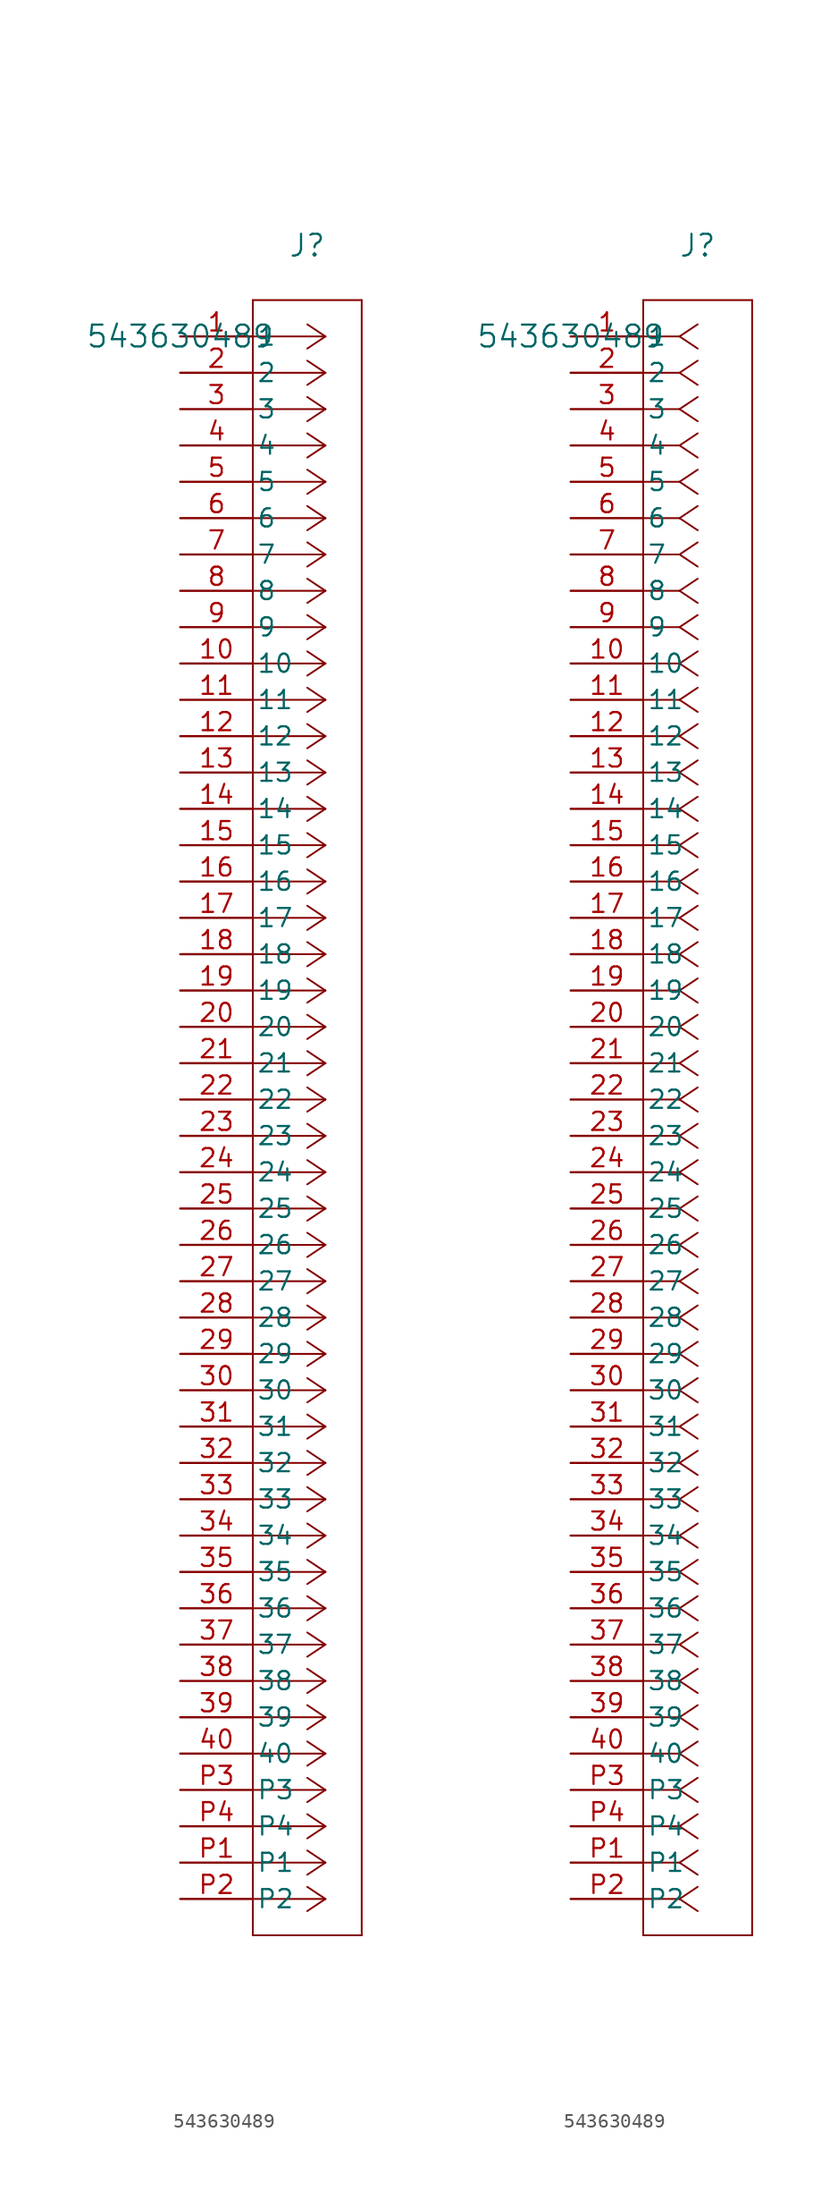
<source format=kicad_sym>
(kicad_symbol_lib
  (version 20231120)
  (generator "kicad_symbol_editor")
  (generator_version "8.0")
  (symbol "543630489"
    (pin_names
      (offset 0.254))
    (property "Reference" "J"
      (at 8.89 6.35 0)
      (effects (font (size 1.524 1.524))))
    (property "Value" "543630489"
      (at 0 0 0)
      (effects (font (size 1.524 1.524))))
    (property "ki_locked" ""
      (at 0 0 0)
      (effects (font (size 1.27 1.27))))
    (symbol "543630489_1_1"
      (polyline (pts (xy 5.08 -111.76) (xy 12.7 -111.76)) (stroke (width 0.127) (type default)) (fill (type none)))
      (polyline (pts (xy 5.08 2.54) (xy 5.08 -111.76)) (stroke (width 0.127) (type default)) (fill (type none)))
      (polyline (pts (xy 10.16 -109.22) (xy 5.08 -109.22)) (stroke (width 0.127) (type default)) (fill (type none)))
      (polyline (pts (xy 10.16 -109.22) (xy 8.89 -110.067)) (stroke (width 0.127) (type default)) (fill (type none)))
      (polyline (pts (xy 10.16 -109.22) (xy 8.89 -108.373)) (stroke (width 0.127) (type default)) (fill (type none)))
      (polyline (pts (xy 10.16 -106.68) (xy 5.08 -106.68)) (stroke (width 0.127) (type default)) (fill (type none)))
      (polyline (pts (xy 10.16 -106.68) (xy 8.89 -107.527)) (stroke (width 0.127) (type default)) (fill (type none)))
      (polyline (pts (xy 10.16 -106.68) (xy 8.89 -105.833)) (stroke (width 0.127) (type default)) (fill (type none)))
      (polyline (pts (xy 10.16 -104.14) (xy 5.08 -104.14)) (stroke (width 0.127) (type default)) (fill (type none)))
      (polyline (pts (xy 10.16 -104.14) (xy 8.89 -104.987)) (stroke (width 0.127) (type default)) (fill (type none)))
      (polyline (pts (xy 10.16 -104.14) (xy 8.89 -103.293)) (stroke (width 0.127) (type default)) (fill (type none)))
      (polyline (pts (xy 10.16 -101.6) (xy 5.08 -101.6)) (stroke (width 0.127) (type default)) (fill (type none)))
      (polyline (pts (xy 10.16 -101.6) (xy 8.89 -102.447)) (stroke (width 0.127) (type default)) (fill (type none)))
      (polyline (pts (xy 10.16 -101.6) (xy 8.89 -100.753)) (stroke (width 0.127) (type default)) (fill (type none)))
      (polyline (pts (xy 10.16 -99.06) (xy 5.08 -99.06)) (stroke (width 0.127) (type default)) (fill (type none)))
      (polyline (pts (xy 10.16 -99.06) (xy 8.89 -99.907)) (stroke (width 0.127) (type default)) (fill (type none)))
      (polyline (pts (xy 10.16 -99.06) (xy 8.89 -98.213)) (stroke (width 0.127) (type default)) (fill (type none)))
      (polyline (pts (xy 10.16 -96.52) (xy 5.08 -96.52)) (stroke (width 0.127) (type default)) (fill (type none)))
      (polyline (pts (xy 10.16 -96.52) (xy 8.89 -97.367)) (stroke (width 0.127) (type default)) (fill (type none)))
      (polyline (pts (xy 10.16 -96.52) (xy 8.89 -95.673)) (stroke (width 0.127) (type default)) (fill (type none)))
      (polyline (pts (xy 10.16 -93.98) (xy 5.08 -93.98)) (stroke (width 0.127) (type default)) (fill (type none)))
      (polyline (pts (xy 10.16 -93.98) (xy 8.89 -94.827)) (stroke (width 0.127) (type default)) (fill (type none)))
      (polyline (pts (xy 10.16 -93.98) (xy 8.89 -93.133)) (stroke (width 0.127) (type default)) (fill (type none)))
      (polyline (pts (xy 10.16 -91.44) (xy 5.08 -91.44)) (stroke (width 0.127) (type default)) (fill (type none)))
      (polyline (pts (xy 10.16 -91.44) (xy 8.89 -92.287)) (stroke (width 0.127) (type default)) (fill (type none)))
      (polyline (pts (xy 10.16 -91.44) (xy 8.89 -90.593)) (stroke (width 0.127) (type default)) (fill (type none)))
      (polyline (pts (xy 10.16 -88.9) (xy 5.08 -88.9)) (stroke (width 0.127) (type default)) (fill (type none)))
      (polyline (pts (xy 10.16 -88.9) (xy 8.89 -89.747)) (stroke (width 0.127) (type default)) (fill (type none)))
      (polyline (pts (xy 10.16 -88.9) (xy 8.89 -88.053)) (stroke (width 0.127) (type default)) (fill (type none)))
      (polyline (pts (xy 10.16 -86.36) (xy 5.08 -86.36)) (stroke (width 0.127) (type default)) (fill (type none)))
      (polyline (pts (xy 10.16 -86.36) (xy 8.89 -87.207)) (stroke (width 0.127) (type default)) (fill (type none)))
      (polyline (pts (xy 10.16 -86.36) (xy 8.89 -85.513)) (stroke (width 0.127) (type default)) (fill (type none)))
      (polyline (pts (xy 10.16 -83.82) (xy 5.08 -83.82)) (stroke (width 0.127) (type default)) (fill (type none)))
      (polyline (pts (xy 10.16 -83.82) (xy 8.89 -84.667)) (stroke (width 0.127) (type default)) (fill (type none)))
      (polyline (pts (xy 10.16 -83.82) (xy 8.89 -82.973)) (stroke (width 0.127) (type default)) (fill (type none)))
      (polyline (pts (xy 10.16 -81.28) (xy 5.08 -81.28)) (stroke (width 0.127) (type default)) (fill (type none)))
      (polyline (pts (xy 10.16 -81.28) (xy 8.89 -82.127)) (stroke (width 0.127) (type default)) (fill (type none)))
      (polyline (pts (xy 10.16 -81.28) (xy 8.89 -80.433)) (stroke (width 0.127) (type default)) (fill (type none)))
      (polyline (pts (xy 10.16 -78.74) (xy 5.08 -78.74)) (stroke (width 0.127) (type default)) (fill (type none)))
      (polyline (pts (xy 10.16 -78.74) (xy 8.89 -79.587)) (stroke (width 0.127) (type default)) (fill (type none)))
      (polyline (pts (xy 10.16 -78.74) (xy 8.89 -77.893)) (stroke (width 0.127) (type default)) (fill (type none)))
      (polyline (pts (xy 10.16 -76.2) (xy 5.08 -76.2)) (stroke (width 0.127) (type default)) (fill (type none)))
      (polyline (pts (xy 10.16 -76.2) (xy 8.89 -77.047)) (stroke (width 0.127) (type default)) (fill (type none)))
      (polyline (pts (xy 10.16 -76.2) (xy 8.89 -75.353)) (stroke (width 0.127) (type default)) (fill (type none)))
      (polyline (pts (xy 10.16 -73.66) (xy 5.08 -73.66)) (stroke (width 0.127) (type default)) (fill (type none)))
      (polyline (pts (xy 10.16 -73.66) (xy 8.89 -74.507)) (stroke (width 0.127) (type default)) (fill (type none)))
      (polyline (pts (xy 10.16 -73.66) (xy 8.89 -72.813)) (stroke (width 0.127) (type default)) (fill (type none)))
      (polyline (pts (xy 10.16 -71.12) (xy 5.08 -71.12)) (stroke (width 0.127) (type default)) (fill (type none)))
      (polyline (pts (xy 10.16 -71.12) (xy 8.89 -71.967)) (stroke (width 0.127) (type default)) (fill (type none)))
      (polyline (pts (xy 10.16 -71.12) (xy 8.89 -70.273)) (stroke (width 0.127) (type default)) (fill (type none)))
      (polyline (pts (xy 10.16 -68.58) (xy 5.08 -68.58)) (stroke (width 0.127) (type default)) (fill (type none)))
      (polyline (pts (xy 10.16 -68.58) (xy 8.89 -69.427)) (stroke (width 0.127) (type default)) (fill (type none)))
      (polyline (pts (xy 10.16 -68.58) (xy 8.89 -67.733)) (stroke (width 0.127) (type default)) (fill (type none)))
      (polyline (pts (xy 10.16 -66.04) (xy 5.08 -66.04)) (stroke (width 0.127) (type default)) (fill (type none)))
      (polyline (pts (xy 10.16 -66.04) (xy 8.89 -66.887)) (stroke (width 0.127) (type default)) (fill (type none)))
      (polyline (pts (xy 10.16 -66.04) (xy 8.89 -65.193)) (stroke (width 0.127) (type default)) (fill (type none)))
      (polyline (pts (xy 10.16 -63.5) (xy 5.08 -63.5)) (stroke (width 0.127) (type default)) (fill (type none)))
      (polyline (pts (xy 10.16 -63.5) (xy 8.89 -64.347)) (stroke (width 0.127) (type default)) (fill (type none)))
      (polyline (pts (xy 10.16 -63.5) (xy 8.89 -62.653)) (stroke (width 0.127) (type default)) (fill (type none)))
      (polyline (pts (xy 10.16 -60.96) (xy 5.08 -60.96)) (stroke (width 0.127) (type default)) (fill (type none)))
      (polyline (pts (xy 10.16 -60.96) (xy 8.89 -61.807)) (stroke (width 0.127) (type default)) (fill (type none)))
      (polyline (pts (xy 10.16 -60.96) (xy 8.89 -60.113)) (stroke (width 0.127) (type default)) (fill (type none)))
      (polyline (pts (xy 10.16 -58.42) (xy 5.08 -58.42)) (stroke (width 0.127) (type default)) (fill (type none)))
      (polyline (pts (xy 10.16 -58.42) (xy 8.89 -59.267)) (stroke (width 0.127) (type default)) (fill (type none)))
      (polyline (pts (xy 10.16 -58.42) (xy 8.89 -57.573)) (stroke (width 0.127) (type default)) (fill (type none)))
      (polyline (pts (xy 10.16 -55.88) (xy 5.08 -55.88)) (stroke (width 0.127) (type default)) (fill (type none)))
      (polyline (pts (xy 10.16 -55.88) (xy 8.89 -56.727)) (stroke (width 0.127) (type default)) (fill (type none)))
      (polyline (pts (xy 10.16 -55.88) (xy 8.89 -55.033)) (stroke (width 0.127) (type default)) (fill (type none)))
      (polyline (pts (xy 10.16 -53.34) (xy 5.08 -53.34)) (stroke (width 0.127) (type default)) (fill (type none)))
      (polyline (pts (xy 10.16 -53.34) (xy 8.89 -54.187)) (stroke (width 0.127) (type default)) (fill (type none)))
      (polyline (pts (xy 10.16 -53.34) (xy 8.89 -52.493)) (stroke (width 0.127) (type default)) (fill (type none)))
      (polyline (pts (xy 10.16 -50.8) (xy 5.08 -50.8)) (stroke (width 0.127) (type default)) (fill (type none)))
      (polyline (pts (xy 10.16 -50.8) (xy 8.89 -51.647)) (stroke (width 0.127) (type default)) (fill (type none)))
      (polyline (pts (xy 10.16 -50.8) (xy 8.89 -49.953)) (stroke (width 0.127) (type default)) (fill (type none)))
      (polyline (pts (xy 10.16 -48.26) (xy 5.08 -48.26)) (stroke (width 0.127) (type default)) (fill (type none)))
      (polyline (pts (xy 10.16 -48.26) (xy 8.89 -49.107)) (stroke (width 0.127) (type default)) (fill (type none)))
      (polyline (pts (xy 10.16 -48.26) (xy 8.89 -47.413)) (stroke (width 0.127) (type default)) (fill (type none)))
      (polyline (pts (xy 10.16 -45.72) (xy 5.08 -45.72)) (stroke (width 0.127) (type default)) (fill (type none)))
      (polyline (pts (xy 10.16 -45.72) (xy 8.89 -46.567)) (stroke (width 0.127) (type default)) (fill (type none)))
      (polyline (pts (xy 10.16 -45.72) (xy 8.89 -44.873)) (stroke (width 0.127) (type default)) (fill (type none)))
      (polyline (pts (xy 10.16 -43.18) (xy 5.08 -43.18)) (stroke (width 0.127) (type default)) (fill (type none)))
      (polyline (pts (xy 10.16 -43.18) (xy 8.89 -44.027)) (stroke (width 0.127) (type default)) (fill (type none)))
      (polyline (pts (xy 10.16 -43.18) (xy 8.89 -42.333)) (stroke (width 0.127) (type default)) (fill (type none)))
      (polyline (pts (xy 10.16 -40.64) (xy 5.08 -40.64)) (stroke (width 0.127) (type default)) (fill (type none)))
      (polyline (pts (xy 10.16 -40.64) (xy 8.89 -41.487)) (stroke (width 0.127) (type default)) (fill (type none)))
      (polyline (pts (xy 10.16 -40.64) (xy 8.89 -39.793)) (stroke (width 0.127) (type default)) (fill (type none)))
      (polyline (pts (xy 10.16 -38.1) (xy 5.08 -38.1)) (stroke (width 0.127) (type default)) (fill (type none)))
      (polyline (pts (xy 10.16 -38.1) (xy 8.89 -38.947)) (stroke (width 0.127) (type default)) (fill (type none)))
      (polyline (pts (xy 10.16 -38.1) (xy 8.89 -37.253)) (stroke (width 0.127) (type default)) (fill (type none)))
      (polyline (pts (xy 10.16 -35.56) (xy 5.08 -35.56)) (stroke (width 0.127) (type default)) (fill (type none)))
      (polyline (pts (xy 10.16 -35.56) (xy 8.89 -36.407)) (stroke (width 0.127) (type default)) (fill (type none)))
      (polyline (pts (xy 10.16 -35.56) (xy 8.89 -34.713)) (stroke (width 0.127) (type default)) (fill (type none)))
      (polyline (pts (xy 10.16 -33.02) (xy 5.08 -33.02)) (stroke (width 0.127) (type default)) (fill (type none)))
      (polyline (pts (xy 10.16 -33.02) (xy 8.89 -33.867)) (stroke (width 0.127) (type default)) (fill (type none)))
      (polyline (pts (xy 10.16 -33.02) (xy 8.89 -32.173)) (stroke (width 0.127) (type default)) (fill (type none)))
      (polyline (pts (xy 10.16 -30.48) (xy 5.08 -30.48)) (stroke (width 0.127) (type default)) (fill (type none)))
      (polyline (pts (xy 10.16 -30.48) (xy 8.89 -31.327)) (stroke (width 0.127) (type default)) (fill (type none)))
      (polyline (pts (xy 10.16 -30.48) (xy 8.89 -29.633)) (stroke (width 0.127) (type default)) (fill (type none)))
      (polyline (pts (xy 10.16 -27.94) (xy 5.08 -27.94)) (stroke (width 0.127) (type default)) (fill (type none)))
      (polyline (pts (xy 10.16 -27.94) (xy 8.89 -28.787)) (stroke (width 0.127) (type default)) (fill (type none)))
      (polyline (pts (xy 10.16 -27.94) (xy 8.89 -27.093)) (stroke (width 0.127) (type default)) (fill (type none)))
      (polyline (pts (xy 10.16 -25.4) (xy 5.08 -25.4)) (stroke (width 0.127) (type default)) (fill (type none)))
      (polyline (pts (xy 10.16 -25.4) (xy 8.89 -26.247)) (stroke (width 0.127) (type default)) (fill (type none)))
      (polyline (pts (xy 10.16 -25.4) (xy 8.89 -24.553)) (stroke (width 0.127) (type default)) (fill (type none)))
      (polyline (pts (xy 10.16 -22.86) (xy 5.08 -22.86)) (stroke (width 0.127) (type default)) (fill (type none)))
      (polyline (pts (xy 10.16 -22.86) (xy 8.89 -23.707)) (stroke (width 0.127) (type default)) (fill (type none)))
      (polyline (pts (xy 10.16 -22.86) (xy 8.89 -22.013)) (stroke (width 0.127) (type default)) (fill (type none)))
      (polyline (pts (xy 10.16 -20.32) (xy 5.08 -20.32)) (stroke (width 0.127) (type default)) (fill (type none)))
      (polyline (pts (xy 10.16 -20.32) (xy 8.89 -21.167)) (stroke (width 0.127) (type default)) (fill (type none)))
      (polyline (pts (xy 10.16 -20.32) (xy 8.89 -19.473)) (stroke (width 0.127) (type default)) (fill (type none)))
      (polyline (pts (xy 10.16 -17.78) (xy 5.08 -17.78)) (stroke (width 0.127) (type default)) (fill (type none)))
      (polyline (pts (xy 10.16 -17.78) (xy 8.89 -18.627)) (stroke (width 0.127) (type default)) (fill (type none)))
      (polyline (pts (xy 10.16 -17.78) (xy 8.89 -16.933)) (stroke (width 0.127) (type default)) (fill (type none)))
      (polyline (pts (xy 10.16 -15.24) (xy 5.08 -15.24)) (stroke (width 0.127) (type default)) (fill (type none)))
      (polyline (pts (xy 10.16 -15.24) (xy 8.89 -16.087)) (stroke (width 0.127) (type default)) (fill (type none)))
      (polyline (pts (xy 10.16 -15.24) (xy 8.89 -14.393)) (stroke (width 0.127) (type default)) (fill (type none)))
      (polyline (pts (xy 10.16 -12.7) (xy 5.08 -12.7)) (stroke (width 0.127) (type default)) (fill (type none)))
      (polyline (pts (xy 10.16 -12.7) (xy 8.89 -13.547)) (stroke (width 0.127) (type default)) (fill (type none)))
      (polyline (pts (xy 10.16 -12.7) (xy 8.89 -11.853)) (stroke (width 0.127) (type default)) (fill (type none)))
      (polyline (pts (xy 10.16 -10.16) (xy 5.08 -10.16)) (stroke (width 0.127) (type default)) (fill (type none)))
      (polyline (pts (xy 10.16 -10.16) (xy 8.89 -11.007)) (stroke (width 0.127) (type default)) (fill (type none)))
      (polyline (pts (xy 10.16 -10.16) (xy 8.89 -9.313)) (stroke (width 0.127) (type default)) (fill (type none)))
      (polyline (pts (xy 10.16 -7.62) (xy 5.08 -7.62)) (stroke (width 0.127) (type default)) (fill (type none)))
      (polyline (pts (xy 10.16 -7.62) (xy 8.89 -8.467)) (stroke (width 0.127) (type default)) (fill (type none)))
      (polyline (pts (xy 10.16 -7.62) (xy 8.89 -6.773)) (stroke (width 0.127) (type default)) (fill (type none)))
      (polyline (pts (xy 10.16 -5.08) (xy 5.08 -5.08)) (stroke (width 0.127) (type default)) (fill (type none)))
      (polyline (pts (xy 10.16 -5.08) (xy 8.89 -5.927)) (stroke (width 0.127) (type default)) (fill (type none)))
      (polyline (pts (xy 10.16 -5.08) (xy 8.89 -4.233)) (stroke (width 0.127) (type default)) (fill (type none)))
      (polyline (pts (xy 10.16 -2.54) (xy 5.08 -2.54)) (stroke (width 0.127) (type default)) (fill (type none)))
      (polyline (pts (xy 10.16 -2.54) (xy 8.89 -3.387)) (stroke (width 0.127) (type default)) (fill (type none)))
      (polyline (pts (xy 10.16 -2.54) (xy 8.89 -1.693)) (stroke (width 0.127) (type default)) (fill (type none)))
      (polyline (pts (xy 10.16 0) (xy 5.08 0)) (stroke (width 0.127) (type default)) (fill (type none)))
      (polyline (pts (xy 10.16 0) (xy 8.89 -0.847)) (stroke (width 0.127) (type default)) (fill (type none)))
      (polyline (pts (xy 10.16 0) (xy 8.89 0.847)) (stroke (width 0.127) (type default)) (fill (type none)))
      (polyline (pts (xy 12.7 -111.76) (xy 12.7 2.54)) (stroke (width 0.127) (type default)) (fill (type none)))
      (polyline (pts (xy 12.7 2.54) (xy 5.08 2.54)) (stroke (width 0.127) (type default)) (fill (type none)))
      (pin unspecified line (at 0 0 0) (length 5.08) (name "1" (effects (font (size 1.27 1.27)))) (number "1" (effects (font (size 1.27 1.27)))))
      (pin unspecified line (at 0 -22.86 0) (length 5.08) (name "10" (effects (font (size 1.27 1.27)))) (number "10" (effects (font (size 1.27 1.27)))))
      (pin unspecified line (at 0 -25.4 0) (length 5.08) (name "11" (effects (font (size 1.27 1.27)))) (number "11" (effects (font (size 1.27 1.27)))))
      (pin unspecified line (at 0 -27.94 0) (length 5.08) (name "12" (effects (font (size 1.27 1.27)))) (number "12" (effects (font (size 1.27 1.27)))))
      (pin unspecified line (at 0 -30.48 0) (length 5.08) (name "13" (effects (font (size 1.27 1.27)))) (number "13" (effects (font (size 1.27 1.27)))))
      (pin unspecified line (at 0 -33.02 0) (length 5.08) (name "14" (effects (font (size 1.27 1.27)))) (number "14" (effects (font (size 1.27 1.27)))))
      (pin unspecified line (at 0 -35.56 0) (length 5.08) (name "15" (effects (font (size 1.27 1.27)))) (number "15" (effects (font (size 1.27 1.27)))))
      (pin unspecified line (at 0 -38.1 0) (length 5.08) (name "16" (effects (font (size 1.27 1.27)))) (number "16" (effects (font (size 1.27 1.27)))))
      (pin unspecified line (at 0 -40.64 0) (length 5.08) (name "17" (effects (font (size 1.27 1.27)))) (number "17" (effects (font (size 1.27 1.27)))))
      (pin unspecified line (at 0 -43.18 0) (length 5.08) (name "18" (effects (font (size 1.27 1.27)))) (number "18" (effects (font (size 1.27 1.27)))))
      (pin unspecified line (at 0 -45.72 0) (length 5.08) (name "19" (effects (font (size 1.27 1.27)))) (number "19" (effects (font (size 1.27 1.27)))))
      (pin unspecified line (at 0 -2.54 0) (length 5.08) (name "2" (effects (font (size 1.27 1.27)))) (number "2" (effects (font (size 1.27 1.27)))))
      (pin unspecified line (at 0 -48.26 0) (length 5.08) (name "20" (effects (font (size 1.27 1.27)))) (number "20" (effects (font (size 1.27 1.27)))))
      (pin unspecified line (at 0 -50.8 0) (length 5.08) (name "21" (effects (font (size 1.27 1.27)))) (number "21" (effects (font (size 1.27 1.27)))))
      (pin unspecified line (at 0 -53.34 0) (length 5.08) (name "22" (effects (font (size 1.27 1.27)))) (number "22" (effects (font (size 1.27 1.27)))))
      (pin unspecified line (at 0 -55.88 0) (length 5.08) (name "23" (effects (font (size 1.27 1.27)))) (number "23" (effects (font (size 1.27 1.27)))))
      (pin unspecified line (at 0 -58.42 0) (length 5.08) (name "24" (effects (font (size 1.27 1.27)))) (number "24" (effects (font (size 1.27 1.27)))))
      (pin unspecified line (at 0 -60.96 0) (length 5.08) (name "25" (effects (font (size 1.27 1.27)))) (number "25" (effects (font (size 1.27 1.27)))))
      (pin unspecified line (at 0 -63.5 0) (length 5.08) (name "26" (effects (font (size 1.27 1.27)))) (number "26" (effects (font (size 1.27 1.27)))))
      (pin unspecified line (at 0 -66.04 0) (length 5.08) (name "27" (effects (font (size 1.27 1.27)))) (number "27" (effects (font (size 1.27 1.27)))))
      (pin unspecified line (at 0 -68.58 0) (length 5.08) (name "28" (effects (font (size 1.27 1.27)))) (number "28" (effects (font (size 1.27 1.27)))))
      (pin unspecified line (at 0 -71.12 0) (length 5.08) (name "29" (effects (font (size 1.27 1.27)))) (number "29" (effects (font (size 1.27 1.27)))))
      (pin unspecified line (at 0 -5.08 0) (length 5.08) (name "3" (effects (font (size 1.27 1.27)))) (number "3" (effects (font (size 1.27 1.27)))))
      (pin unspecified line (at 0 -73.66 0) (length 5.08) (name "30" (effects (font (size 1.27 1.27)))) (number "30" (effects (font (size 1.27 1.27)))))
      (pin unspecified line (at 0 -76.2 0) (length 5.08) (name "31" (effects (font (size 1.27 1.27)))) (number "31" (effects (font (size 1.27 1.27)))))
      (pin unspecified line (at 0 -78.74 0) (length 5.08) (name "32" (effects (font (size 1.27 1.27)))) (number "32" (effects (font (size 1.27 1.27)))))
      (pin unspecified line (at 0 -81.28 0) (length 5.08) (name "33" (effects (font (size 1.27 1.27)))) (number "33" (effects (font (size 1.27 1.27)))))
      (pin unspecified line (at 0 -83.82 0) (length 5.08) (name "34" (effects (font (size 1.27 1.27)))) (number "34" (effects (font (size 1.27 1.27)))))
      (pin unspecified line (at 0 -86.36 0) (length 5.08) (name "35" (effects (font (size 1.27 1.27)))) (number "35" (effects (font (size 1.27 1.27)))))
      (pin unspecified line (at 0 -88.9 0) (length 5.08) (name "36" (effects (font (size 1.27 1.27)))) (number "36" (effects (font (size 1.27 1.27)))))
      (pin unspecified line (at 0 -91.44 0) (length 5.08) (name "37" (effects (font (size 1.27 1.27)))) (number "37" (effects (font (size 1.27 1.27)))))
      (pin unspecified line (at 0 -93.98 0) (length 5.08) (name "38" (effects (font (size 1.27 1.27)))) (number "38" (effects (font (size 1.27 1.27)))))
      (pin unspecified line (at 0 -96.52 0) (length 5.08) (name "39" (effects (font (size 1.27 1.27)))) (number "39" (effects (font (size 1.27 1.27)))))
      (pin unspecified line (at 0 -7.62 0) (length 5.08) (name "4" (effects (font (size 1.27 1.27)))) (number "4" (effects (font (size 1.27 1.27)))))
      (pin unspecified line (at 0 -99.06 0) (length 5.08) (name "40" (effects (font (size 1.27 1.27)))) (number "40" (effects (font (size 1.27 1.27)))))
      (pin unspecified line (at 0 -10.16 0) (length 5.08) (name "5" (effects (font (size 1.27 1.27)))) (number "5" (effects (font (size 1.27 1.27)))))
      (pin unspecified line (at 0 -12.7 0) (length 5.08) (name "6" (effects (font (size 1.27 1.27)))) (number "6" (effects (font (size 1.27 1.27)))))
      (pin unspecified line (at 0 -15.24 0) (length 5.08) (name "7" (effects (font (size 1.27 1.27)))) (number "7" (effects (font (size 1.27 1.27)))))
      (pin unspecified line (at 0 -17.78 0) (length 5.08) (name "8" (effects (font (size 1.27 1.27)))) (number "8" (effects (font (size 1.27 1.27)))))
      (pin unspecified line (at 0 -20.32 0) (length 5.08) (name "9" (effects (font (size 1.27 1.27)))) (number "9" (effects (font (size 1.27 1.27)))))
      (pin unspecified line (at 0 -106.68 0) (length 5.08) (name "P1" (effects (font (size 1.27 1.27)))) (number "P1" (effects (font (size 1.27 1.27)))))
      (pin unspecified line (at 0 -109.22 0) (length 5.08) (name "P2" (effects (font (size 1.27 1.27)))) (number "P2" (effects (font (size 1.27 1.27)))))
      (pin unspecified line (at 0 -101.6 0) (length 5.08) (name "P3" (effects (font (size 1.27 1.27)))) (number "P3" (effects (font (size 1.27 1.27)))))
      (pin unspecified line (at 0 -104.14 0) (length 5.08) (name "P4" (effects (font (size 1.27 1.27)))) (number "P4" (effects (font (size 1.27 1.27))))))
    (symbol "543630489_1_2"
      (polyline (pts (xy 5.08 -111.76) (xy 12.7 -111.76)) (stroke (width 0.127) (type default)) (fill (type none)))
      (polyline (pts (xy 5.08 2.54) (xy 5.08 -111.76)) (stroke (width 0.127) (type default)) (fill (type none)))
      (polyline (pts (xy 7.62 -109.22) (xy 5.08 -109.22)) (stroke (width 0.127) (type default)) (fill (type none)))
      (polyline (pts (xy 7.62 -109.22) (xy 8.89 -110.067)) (stroke (width 0.127) (type default)) (fill (type none)))
      (polyline (pts (xy 7.62 -109.22) (xy 8.89 -108.373)) (stroke (width 0.127) (type default)) (fill (type none)))
      (polyline (pts (xy 7.62 -106.68) (xy 5.08 -106.68)) (stroke (width 0.127) (type default)) (fill (type none)))
      (polyline (pts (xy 7.62 -106.68) (xy 8.89 -107.527)) (stroke (width 0.127) (type default)) (fill (type none)))
      (polyline (pts (xy 7.62 -106.68) (xy 8.89 -105.833)) (stroke (width 0.127) (type default)) (fill (type none)))
      (polyline (pts (xy 7.62 -104.14) (xy 5.08 -104.14)) (stroke (width 0.127) (type default)) (fill (type none)))
      (polyline (pts (xy 7.62 -104.14) (xy 8.89 -104.987)) (stroke (width 0.127) (type default)) (fill (type none)))
      (polyline (pts (xy 7.62 -104.14) (xy 8.89 -103.293)) (stroke (width 0.127) (type default)) (fill (type none)))
      (polyline (pts (xy 7.62 -101.6) (xy 5.08 -101.6)) (stroke (width 0.127) (type default)) (fill (type none)))
      (polyline (pts (xy 7.62 -101.6) (xy 8.89 -102.447)) (stroke (width 0.127) (type default)) (fill (type none)))
      (polyline (pts (xy 7.62 -101.6) (xy 8.89 -100.753)) (stroke (width 0.127) (type default)) (fill (type none)))
      (polyline (pts (xy 7.62 -99.06) (xy 5.08 -99.06)) (stroke (width 0.127) (type default)) (fill (type none)))
      (polyline (pts (xy 7.62 -99.06) (xy 8.89 -99.907)) (stroke (width 0.127) (type default)) (fill (type none)))
      (polyline (pts (xy 7.62 -99.06) (xy 8.89 -98.213)) (stroke (width 0.127) (type default)) (fill (type none)))
      (polyline (pts (xy 7.62 -96.52) (xy 5.08 -96.52)) (stroke (width 0.127) (type default)) (fill (type none)))
      (polyline (pts (xy 7.62 -96.52) (xy 8.89 -97.367)) (stroke (width 0.127) (type default)) (fill (type none)))
      (polyline (pts (xy 7.62 -96.52) (xy 8.89 -95.673)) (stroke (width 0.127) (type default)) (fill (type none)))
      (polyline (pts (xy 7.62 -93.98) (xy 5.08 -93.98)) (stroke (width 0.127) (type default)) (fill (type none)))
      (polyline (pts (xy 7.62 -93.98) (xy 8.89 -94.827)) (stroke (width 0.127) (type default)) (fill (type none)))
      (polyline (pts (xy 7.62 -93.98) (xy 8.89 -93.133)) (stroke (width 0.127) (type default)) (fill (type none)))
      (polyline (pts (xy 7.62 -91.44) (xy 5.08 -91.44)) (stroke (width 0.127) (type default)) (fill (type none)))
      (polyline (pts (xy 7.62 -91.44) (xy 8.89 -92.287)) (stroke (width 0.127) (type default)) (fill (type none)))
      (polyline (pts (xy 7.62 -91.44) (xy 8.89 -90.593)) (stroke (width 0.127) (type default)) (fill (type none)))
      (polyline (pts (xy 7.62 -88.9) (xy 5.08 -88.9)) (stroke (width 0.127) (type default)) (fill (type none)))
      (polyline (pts (xy 7.62 -88.9) (xy 8.89 -89.747)) (stroke (width 0.127) (type default)) (fill (type none)))
      (polyline (pts (xy 7.62 -88.9) (xy 8.89 -88.053)) (stroke (width 0.127) (type default)) (fill (type none)))
      (polyline (pts (xy 7.62 -86.36) (xy 5.08 -86.36)) (stroke (width 0.127) (type default)) (fill (type none)))
      (polyline (pts (xy 7.62 -86.36) (xy 8.89 -87.207)) (stroke (width 0.127) (type default)) (fill (type none)))
      (polyline (pts (xy 7.62 -86.36) (xy 8.89 -85.513)) (stroke (width 0.127) (type default)) (fill (type none)))
      (polyline (pts (xy 7.62 -83.82) (xy 5.08 -83.82)) (stroke (width 0.127) (type default)) (fill (type none)))
      (polyline (pts (xy 7.62 -83.82) (xy 8.89 -84.667)) (stroke (width 0.127) (type default)) (fill (type none)))
      (polyline (pts (xy 7.62 -83.82) (xy 8.89 -82.973)) (stroke (width 0.127) (type default)) (fill (type none)))
      (polyline (pts (xy 7.62 -81.28) (xy 5.08 -81.28)) (stroke (width 0.127) (type default)) (fill (type none)))
      (polyline (pts (xy 7.62 -81.28) (xy 8.89 -82.127)) (stroke (width 0.127) (type default)) (fill (type none)))
      (polyline (pts (xy 7.62 -81.28) (xy 8.89 -80.433)) (stroke (width 0.127) (type default)) (fill (type none)))
      (polyline (pts (xy 7.62 -78.74) (xy 5.08 -78.74)) (stroke (width 0.127) (type default)) (fill (type none)))
      (polyline (pts (xy 7.62 -78.74) (xy 8.89 -79.587)) (stroke (width 0.127) (type default)) (fill (type none)))
      (polyline (pts (xy 7.62 -78.74) (xy 8.89 -77.893)) (stroke (width 0.127) (type default)) (fill (type none)))
      (polyline (pts (xy 7.62 -76.2) (xy 5.08 -76.2)) (stroke (width 0.127) (type default)) (fill (type none)))
      (polyline (pts (xy 7.62 -76.2) (xy 8.89 -77.047)) (stroke (width 0.127) (type default)) (fill (type none)))
      (polyline (pts (xy 7.62 -76.2) (xy 8.89 -75.353)) (stroke (width 0.127) (type default)) (fill (type none)))
      (polyline (pts (xy 7.62 -73.66) (xy 5.08 -73.66)) (stroke (width 0.127) (type default)) (fill (type none)))
      (polyline (pts (xy 7.62 -73.66) (xy 8.89 -74.507)) (stroke (width 0.127) (type default)) (fill (type none)))
      (polyline (pts (xy 7.62 -73.66) (xy 8.89 -72.813)) (stroke (width 0.127) (type default)) (fill (type none)))
      (polyline (pts (xy 7.62 -71.12) (xy 5.08 -71.12)) (stroke (width 0.127) (type default)) (fill (type none)))
      (polyline (pts (xy 7.62 -71.12) (xy 8.89 -71.967)) (stroke (width 0.127) (type default)) (fill (type none)))
      (polyline (pts (xy 7.62 -71.12) (xy 8.89 -70.273)) (stroke (width 0.127) (type default)) (fill (type none)))
      (polyline (pts (xy 7.62 -68.58) (xy 5.08 -68.58)) (stroke (width 0.127) (type default)) (fill (type none)))
      (polyline (pts (xy 7.62 -68.58) (xy 8.89 -69.427)) (stroke (width 0.127) (type default)) (fill (type none)))
      (polyline (pts (xy 7.62 -68.58) (xy 8.89 -67.733)) (stroke (width 0.127) (type default)) (fill (type none)))
      (polyline (pts (xy 7.62 -66.04) (xy 5.08 -66.04)) (stroke (width 0.127) (type default)) (fill (type none)))
      (polyline (pts (xy 7.62 -66.04) (xy 8.89 -66.887)) (stroke (width 0.127) (type default)) (fill (type none)))
      (polyline (pts (xy 7.62 -66.04) (xy 8.89 -65.193)) (stroke (width 0.127) (type default)) (fill (type none)))
      (polyline (pts (xy 7.62 -63.5) (xy 5.08 -63.5)) (stroke (width 0.127) (type default)) (fill (type none)))
      (polyline (pts (xy 7.62 -63.5) (xy 8.89 -64.347)) (stroke (width 0.127) (type default)) (fill (type none)))
      (polyline (pts (xy 7.62 -63.5) (xy 8.89 -62.653)) (stroke (width 0.127) (type default)) (fill (type none)))
      (polyline (pts (xy 7.62 -60.96) (xy 5.08 -60.96)) (stroke (width 0.127) (type default)) (fill (type none)))
      (polyline (pts (xy 7.62 -60.96) (xy 8.89 -61.807)) (stroke (width 0.127) (type default)) (fill (type none)))
      (polyline (pts (xy 7.62 -60.96) (xy 8.89 -60.113)) (stroke (width 0.127) (type default)) (fill (type none)))
      (polyline (pts (xy 7.62 -58.42) (xy 5.08 -58.42)) (stroke (width 0.127) (type default)) (fill (type none)))
      (polyline (pts (xy 7.62 -58.42) (xy 8.89 -59.267)) (stroke (width 0.127) (type default)) (fill (type none)))
      (polyline (pts (xy 7.62 -58.42) (xy 8.89 -57.573)) (stroke (width 0.127) (type default)) (fill (type none)))
      (polyline (pts (xy 7.62 -55.88) (xy 5.08 -55.88)) (stroke (width 0.127) (type default)) (fill (type none)))
      (polyline (pts (xy 7.62 -55.88) (xy 8.89 -56.727)) (stroke (width 0.127) (type default)) (fill (type none)))
      (polyline (pts (xy 7.62 -55.88) (xy 8.89 -55.033)) (stroke (width 0.127) (type default)) (fill (type none)))
      (polyline (pts (xy 7.62 -53.34) (xy 5.08 -53.34)) (stroke (width 0.127) (type default)) (fill (type none)))
      (polyline (pts (xy 7.62 -53.34) (xy 8.89 -54.187)) (stroke (width 0.127) (type default)) (fill (type none)))
      (polyline (pts (xy 7.62 -53.34) (xy 8.89 -52.493)) (stroke (width 0.127) (type default)) (fill (type none)))
      (polyline (pts (xy 7.62 -50.8) (xy 5.08 -50.8)) (stroke (width 0.127) (type default)) (fill (type none)))
      (polyline (pts (xy 7.62 -50.8) (xy 8.89 -51.647)) (stroke (width 0.127) (type default)) (fill (type none)))
      (polyline (pts (xy 7.62 -50.8) (xy 8.89 -49.953)) (stroke (width 0.127) (type default)) (fill (type none)))
      (polyline (pts (xy 7.62 -48.26) (xy 5.08 -48.26)) (stroke (width 0.127) (type default)) (fill (type none)))
      (polyline (pts (xy 7.62 -48.26) (xy 8.89 -49.107)) (stroke (width 0.127) (type default)) (fill (type none)))
      (polyline (pts (xy 7.62 -48.26) (xy 8.89 -47.413)) (stroke (width 0.127) (type default)) (fill (type none)))
      (polyline (pts (xy 7.62 -45.72) (xy 5.08 -45.72)) (stroke (width 0.127) (type default)) (fill (type none)))
      (polyline (pts (xy 7.62 -45.72) (xy 8.89 -46.567)) (stroke (width 0.127) (type default)) (fill (type none)))
      (polyline (pts (xy 7.62 -45.72) (xy 8.89 -44.873)) (stroke (width 0.127) (type default)) (fill (type none)))
      (polyline (pts (xy 7.62 -43.18) (xy 5.08 -43.18)) (stroke (width 0.127) (type default)) (fill (type none)))
      (polyline (pts (xy 7.62 -43.18) (xy 8.89 -44.027)) (stroke (width 0.127) (type default)) (fill (type none)))
      (polyline (pts (xy 7.62 -43.18) (xy 8.89 -42.333)) (stroke (width 0.127) (type default)) (fill (type none)))
      (polyline (pts (xy 7.62 -40.64) (xy 5.08 -40.64)) (stroke (width 0.127) (type default)) (fill (type none)))
      (polyline (pts (xy 7.62 -40.64) (xy 8.89 -41.487)) (stroke (width 0.127) (type default)) (fill (type none)))
      (polyline (pts (xy 7.62 -40.64) (xy 8.89 -39.793)) (stroke (width 0.127) (type default)) (fill (type none)))
      (polyline (pts (xy 7.62 -38.1) (xy 5.08 -38.1)) (stroke (width 0.127) (type default)) (fill (type none)))
      (polyline (pts (xy 7.62 -38.1) (xy 8.89 -38.947)) (stroke (width 0.127) (type default)) (fill (type none)))
      (polyline (pts (xy 7.62 -38.1) (xy 8.89 -37.253)) (stroke (width 0.127) (type default)) (fill (type none)))
      (polyline (pts (xy 7.62 -35.56) (xy 5.08 -35.56)) (stroke (width 0.127) (type default)) (fill (type none)))
      (polyline (pts (xy 7.62 -35.56) (xy 8.89 -36.407)) (stroke (width 0.127) (type default)) (fill (type none)))
      (polyline (pts (xy 7.62 -35.56) (xy 8.89 -34.713)) (stroke (width 0.127) (type default)) (fill (type none)))
      (polyline (pts (xy 7.62 -33.02) (xy 5.08 -33.02)) (stroke (width 0.127) (type default)) (fill (type none)))
      (polyline (pts (xy 7.62 -33.02) (xy 8.89 -33.867)) (stroke (width 0.127) (type default)) (fill (type none)))
      (polyline (pts (xy 7.62 -33.02) (xy 8.89 -32.173)) (stroke (width 0.127) (type default)) (fill (type none)))
      (polyline (pts (xy 7.62 -30.48) (xy 5.08 -30.48)) (stroke (width 0.127) (type default)) (fill (type none)))
      (polyline (pts (xy 7.62 -30.48) (xy 8.89 -31.327)) (stroke (width 0.127) (type default)) (fill (type none)))
      (polyline (pts (xy 7.62 -30.48) (xy 8.89 -29.633)) (stroke (width 0.127) (type default)) (fill (type none)))
      (polyline (pts (xy 7.62 -27.94) (xy 5.08 -27.94)) (stroke (width 0.127) (type default)) (fill (type none)))
      (polyline (pts (xy 7.62 -27.94) (xy 8.89 -28.787)) (stroke (width 0.127) (type default)) (fill (type none)))
      (polyline (pts (xy 7.62 -27.94) (xy 8.89 -27.093)) (stroke (width 0.127) (type default)) (fill (type none)))
      (polyline (pts (xy 7.62 -25.4) (xy 5.08 -25.4)) (stroke (width 0.127) (type default)) (fill (type none)))
      (polyline (pts (xy 7.62 -25.4) (xy 8.89 -26.247)) (stroke (width 0.127) (type default)) (fill (type none)))
      (polyline (pts (xy 7.62 -25.4) (xy 8.89 -24.553)) (stroke (width 0.127) (type default)) (fill (type none)))
      (polyline (pts (xy 7.62 -22.86) (xy 5.08 -22.86)) (stroke (width 0.127) (type default)) (fill (type none)))
      (polyline (pts (xy 7.62 -22.86) (xy 8.89 -23.707)) (stroke (width 0.127) (type default)) (fill (type none)))
      (polyline (pts (xy 7.62 -22.86) (xy 8.89 -22.013)) (stroke (width 0.127) (type default)) (fill (type none)))
      (polyline (pts (xy 7.62 -20.32) (xy 5.08 -20.32)) (stroke (width 0.127) (type default)) (fill (type none)))
      (polyline (pts (xy 7.62 -20.32) (xy 8.89 -21.167)) (stroke (width 0.127) (type default)) (fill (type none)))
      (polyline (pts (xy 7.62 -20.32) (xy 8.89 -19.473)) (stroke (width 0.127) (type default)) (fill (type none)))
      (polyline (pts (xy 7.62 -17.78) (xy 5.08 -17.78)) (stroke (width 0.127) (type default)) (fill (type none)))
      (polyline (pts (xy 7.62 -17.78) (xy 8.89 -18.627)) (stroke (width 0.127) (type default)) (fill (type none)))
      (polyline (pts (xy 7.62 -17.78) (xy 8.89 -16.933)) (stroke (width 0.127) (type default)) (fill (type none)))
      (polyline (pts (xy 7.62 -15.24) (xy 5.08 -15.24)) (stroke (width 0.127) (type default)) (fill (type none)))
      (polyline (pts (xy 7.62 -15.24) (xy 8.89 -16.087)) (stroke (width 0.127) (type default)) (fill (type none)))
      (polyline (pts (xy 7.62 -15.24) (xy 8.89 -14.393)) (stroke (width 0.127) (type default)) (fill (type none)))
      (polyline (pts (xy 7.62 -12.7) (xy 5.08 -12.7)) (stroke (width 0.127) (type default)) (fill (type none)))
      (polyline (pts (xy 7.62 -12.7) (xy 8.89 -13.547)) (stroke (width 0.127) (type default)) (fill (type none)))
      (polyline (pts (xy 7.62 -12.7) (xy 8.89 -11.853)) (stroke (width 0.127) (type default)) (fill (type none)))
      (polyline (pts (xy 7.62 -10.16) (xy 5.08 -10.16)) (stroke (width 0.127) (type default)) (fill (type none)))
      (polyline (pts (xy 7.62 -10.16) (xy 8.89 -11.007)) (stroke (width 0.127) (type default)) (fill (type none)))
      (polyline (pts (xy 7.62 -10.16) (xy 8.89 -9.313)) (stroke (width 0.127) (type default)) (fill (type none)))
      (polyline (pts (xy 7.62 -7.62) (xy 5.08 -7.62)) (stroke (width 0.127) (type default)) (fill (type none)))
      (polyline (pts (xy 7.62 -7.62) (xy 8.89 -8.467)) (stroke (width 0.127) (type default)) (fill (type none)))
      (polyline (pts (xy 7.62 -7.62) (xy 8.89 -6.773)) (stroke (width 0.127) (type default)) (fill (type none)))
      (polyline (pts (xy 7.62 -5.08) (xy 5.08 -5.08)) (stroke (width 0.127) (type default)) (fill (type none)))
      (polyline (pts (xy 7.62 -5.08) (xy 8.89 -5.927)) (stroke (width 0.127) (type default)) (fill (type none)))
      (polyline (pts (xy 7.62 -5.08) (xy 8.89 -4.233)) (stroke (width 0.127) (type default)) (fill (type none)))
      (polyline (pts (xy 7.62 -2.54) (xy 5.08 -2.54)) (stroke (width 0.127) (type default)) (fill (type none)))
      (polyline (pts (xy 7.62 -2.54) (xy 8.89 -3.387)) (stroke (width 0.127) (type default)) (fill (type none)))
      (polyline (pts (xy 7.62 -2.54) (xy 8.89 -1.693)) (stroke (width 0.127) (type default)) (fill (type none)))
      (polyline (pts (xy 7.62 0) (xy 5.08 0)) (stroke (width 0.127) (type default)) (fill (type none)))
      (polyline (pts (xy 7.62 0) (xy 8.89 -0.847)) (stroke (width 0.127) (type default)) (fill (type none)))
      (polyline (pts (xy 7.62 0) (xy 8.89 0.847)) (stroke (width 0.127) (type default)) (fill (type none)))
      (polyline (pts (xy 12.7 -111.76) (xy 12.7 2.54)) (stroke (width 0.127) (type default)) (fill (type none)))
      (polyline (pts (xy 12.7 2.54) (xy 5.08 2.54)) (stroke (width 0.127) (type default)) (fill (type none)))
      (pin unspecified line (at 0 0 0) (length 5.08) (name "1" (effects (font (size 1.27 1.27)))) (number "1" (effects (font (size 1.27 1.27)))))
      (pin unspecified line (at 0 -22.86 0) (length 5.08) (name "10" (effects (font (size 1.27 1.27)))) (number "10" (effects (font (size 1.27 1.27)))))
      (pin unspecified line (at 0 -25.4 0) (length 5.08) (name "11" (effects (font (size 1.27 1.27)))) (number "11" (effects (font (size 1.27 1.27)))))
      (pin unspecified line (at 0 -27.94 0) (length 5.08) (name "12" (effects (font (size 1.27 1.27)))) (number "12" (effects (font (size 1.27 1.27)))))
      (pin unspecified line (at 0 -30.48 0) (length 5.08) (name "13" (effects (font (size 1.27 1.27)))) (number "13" (effects (font (size 1.27 1.27)))))
      (pin unspecified line (at 0 -33.02 0) (length 5.08) (name "14" (effects (font (size 1.27 1.27)))) (number "14" (effects (font (size 1.27 1.27)))))
      (pin unspecified line (at 0 -35.56 0) (length 5.08) (name "15" (effects (font (size 1.27 1.27)))) (number "15" (effects (font (size 1.27 1.27)))))
      (pin unspecified line (at 0 -38.1 0) (length 5.08) (name "16" (effects (font (size 1.27 1.27)))) (number "16" (effects (font (size 1.27 1.27)))))
      (pin unspecified line (at 0 -40.64 0) (length 5.08) (name "17" (effects (font (size 1.27 1.27)))) (number "17" (effects (font (size 1.27 1.27)))))
      (pin unspecified line (at 0 -43.18 0) (length 5.08) (name "18" (effects (font (size 1.27 1.27)))) (number "18" (effects (font (size 1.27 1.27)))))
      (pin unspecified line (at 0 -45.72 0) (length 5.08) (name "19" (effects (font (size 1.27 1.27)))) (number "19" (effects (font (size 1.27 1.27)))))
      (pin unspecified line (at 0 -2.54 0) (length 5.08) (name "2" (effects (font (size 1.27 1.27)))) (number "2" (effects (font (size 1.27 1.27)))))
      (pin unspecified line (at 0 -48.26 0) (length 5.08) (name "20" (effects (font (size 1.27 1.27)))) (number "20" (effects (font (size 1.27 1.27)))))
      (pin unspecified line (at 0 -50.8 0) (length 5.08) (name "21" (effects (font (size 1.27 1.27)))) (number "21" (effects (font (size 1.27 1.27)))))
      (pin unspecified line (at 0 -53.34 0) (length 5.08) (name "22" (effects (font (size 1.27 1.27)))) (number "22" (effects (font (size 1.27 1.27)))))
      (pin unspecified line (at 0 -55.88 0) (length 5.08) (name "23" (effects (font (size 1.27 1.27)))) (number "23" (effects (font (size 1.27 1.27)))))
      (pin unspecified line (at 0 -58.42 0) (length 5.08) (name "24" (effects (font (size 1.27 1.27)))) (number "24" (effects (font (size 1.27 1.27)))))
      (pin unspecified line (at 0 -60.96 0) (length 5.08) (name "25" (effects (font (size 1.27 1.27)))) (number "25" (effects (font (size 1.27 1.27)))))
      (pin unspecified line (at 0 -63.5 0) (length 5.08) (name "26" (effects (font (size 1.27 1.27)))) (number "26" (effects (font (size 1.27 1.27)))))
      (pin unspecified line (at 0 -66.04 0) (length 5.08) (name "27" (effects (font (size 1.27 1.27)))) (number "27" (effects (font (size 1.27 1.27)))))
      (pin unspecified line (at 0 -68.58 0) (length 5.08) (name "28" (effects (font (size 1.27 1.27)))) (number "28" (effects (font (size 1.27 1.27)))))
      (pin unspecified line (at 0 -71.12 0) (length 5.08) (name "29" (effects (font (size 1.27 1.27)))) (number "29" (effects (font (size 1.27 1.27)))))
      (pin unspecified line (at 0 -5.08 0) (length 5.08) (name "3" (effects (font (size 1.27 1.27)))) (number "3" (effects (font (size 1.27 1.27)))))
      (pin unspecified line (at 0 -73.66 0) (length 5.08) (name "30" (effects (font (size 1.27 1.27)))) (number "30" (effects (font (size 1.27 1.27)))))
      (pin unspecified line (at 0 -76.2 0) (length 5.08) (name "31" (effects (font (size 1.27 1.27)))) (number "31" (effects (font (size 1.27 1.27)))))
      (pin unspecified line (at 0 -78.74 0) (length 5.08) (name "32" (effects (font (size 1.27 1.27)))) (number "32" (effects (font (size 1.27 1.27)))))
      (pin unspecified line (at 0 -81.28 0) (length 5.08) (name "33" (effects (font (size 1.27 1.27)))) (number "33" (effects (font (size 1.27 1.27)))))
      (pin unspecified line (at 0 -83.82 0) (length 5.08) (name "34" (effects (font (size 1.27 1.27)))) (number "34" (effects (font (size 1.27 1.27)))))
      (pin unspecified line (at 0 -86.36 0) (length 5.08) (name "35" (effects (font (size 1.27 1.27)))) (number "35" (effects (font (size 1.27 1.27)))))
      (pin unspecified line (at 0 -88.9 0) (length 5.08) (name "36" (effects (font (size 1.27 1.27)))) (number "36" (effects (font (size 1.27 1.27)))))
      (pin unspecified line (at 0 -91.44 0) (length 5.08) (name "37" (effects (font (size 1.27 1.27)))) (number "37" (effects (font (size 1.27 1.27)))))
      (pin unspecified line (at 0 -93.98 0) (length 5.08) (name "38" (effects (font (size 1.27 1.27)))) (number "38" (effects (font (size 1.27 1.27)))))
      (pin unspecified line (at 0 -96.52 0) (length 5.08) (name "39" (effects (font (size 1.27 1.27)))) (number "39" (effects (font (size 1.27 1.27)))))
      (pin unspecified line (at 0 -7.62 0) (length 5.08) (name "4" (effects (font (size 1.27 1.27)))) (number "4" (effects (font (size 1.27 1.27)))))
      (pin unspecified line (at 0 -99.06 0) (length 5.08) (name "40" (effects (font (size 1.27 1.27)))) (number "40" (effects (font (size 1.27 1.27)))))
      (pin unspecified line (at 0 -10.16 0) (length 5.08) (name "5" (effects (font (size 1.27 1.27)))) (number "5" (effects (font (size 1.27 1.27)))))
      (pin unspecified line (at 0 -12.7 0) (length 5.08) (name "6" (effects (font (size 1.27 1.27)))) (number "6" (effects (font (size 1.27 1.27)))))
      (pin unspecified line (at 0 -15.24 0) (length 5.08) (name "7" (effects (font (size 1.27 1.27)))) (number "7" (effects (font (size 1.27 1.27)))))
      (pin unspecified line (at 0 -17.78 0) (length 5.08) (name "8" (effects (font (size 1.27 1.27)))) (number "8" (effects (font (size 1.27 1.27)))))
      (pin unspecified line (at 0 -20.32 0) (length 5.08) (name "9" (effects (font (size 1.27 1.27)))) (number "9" (effects (font (size 1.27 1.27)))))
      (pin unspecified line (at 0 -106.68 0) (length 5.08) (name "P1" (effects (font (size 1.27 1.27)))) (number "P1" (effects (font (size 1.27 1.27)))))
      (pin unspecified line (at 0 -109.22 0) (length 5.08) (name "P2" (effects (font (size 1.27 1.27)))) (number "P2" (effects (font (size 1.27 1.27)))))
      (pin unspecified line (at 0 -101.6 0) (length 5.08) (name "P3" (effects (font (size 1.27 1.27)))) (number "P3" (effects (font (size 1.27 1.27)))))
      (pin unspecified line (at 0 -104.14 0) (length 5.08) (name "P4" (effects (font (size 1.27 1.27)))) (number "P4" (effects (font (size 1.27 1.27))))))))
</source>
